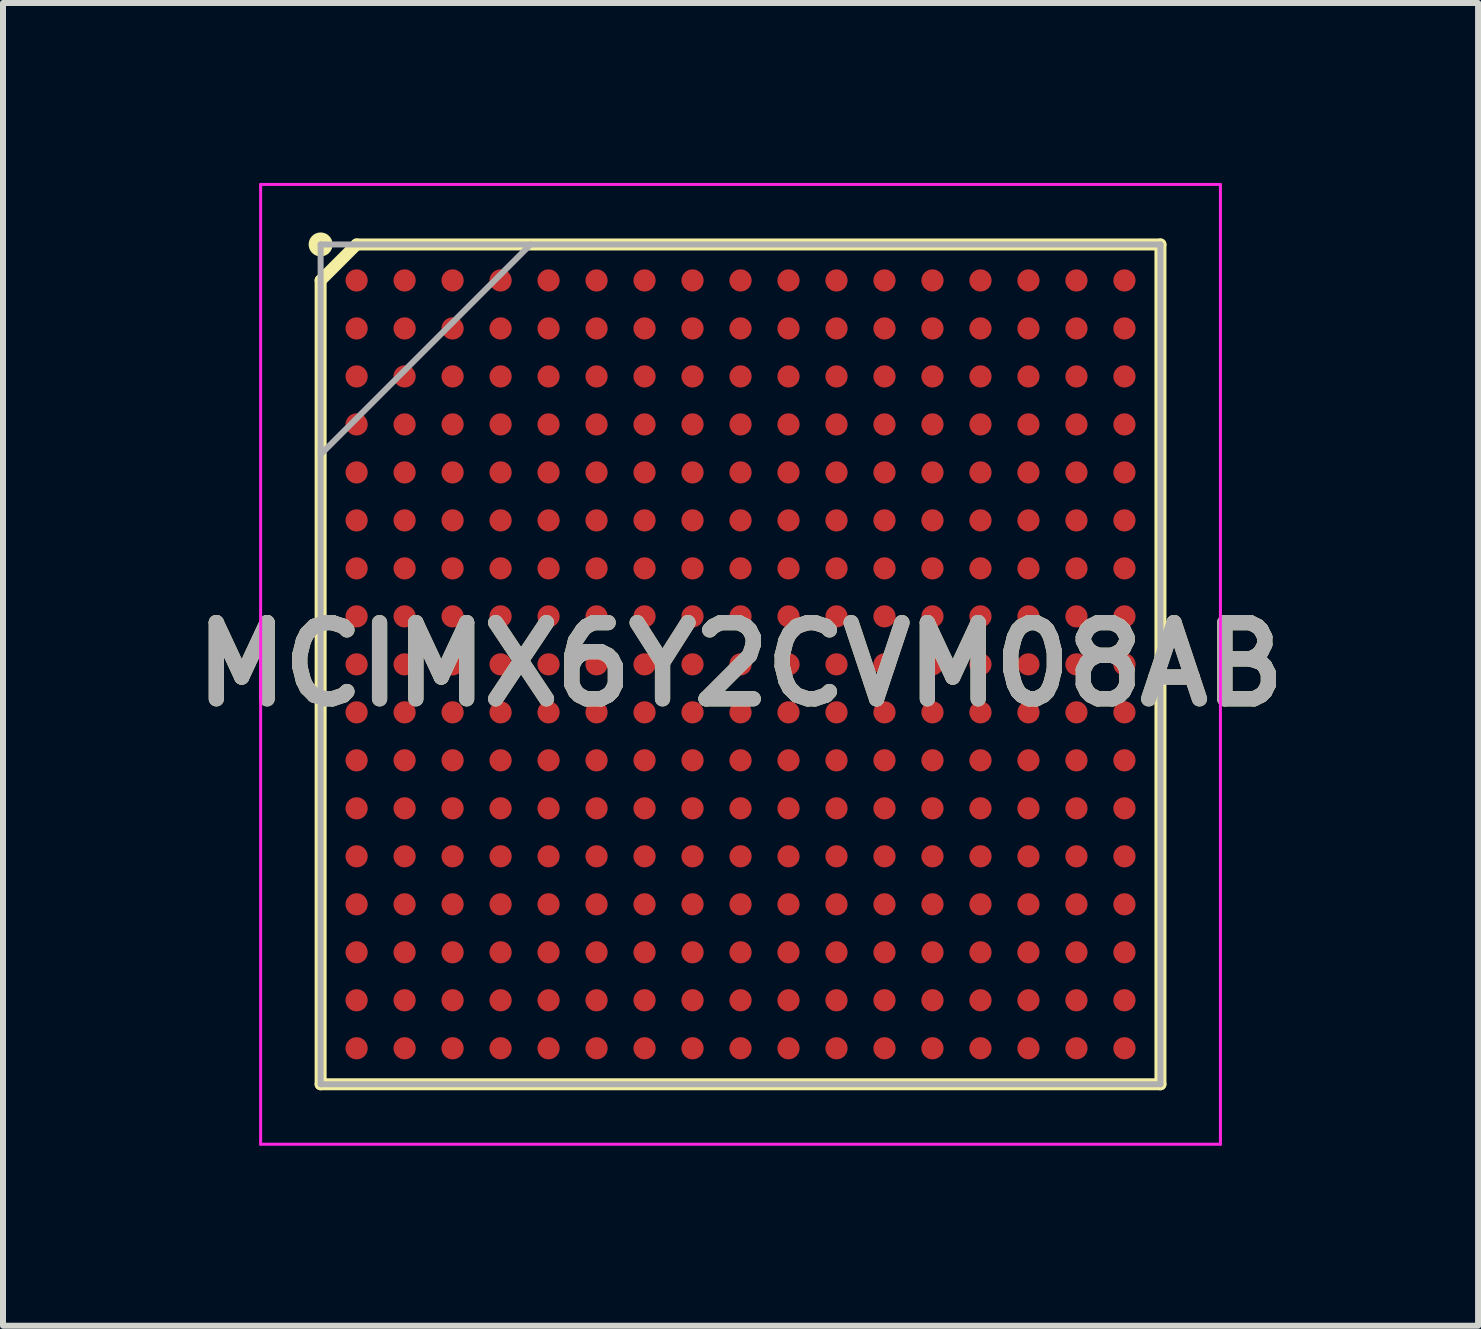
<source format=kicad_pcb>
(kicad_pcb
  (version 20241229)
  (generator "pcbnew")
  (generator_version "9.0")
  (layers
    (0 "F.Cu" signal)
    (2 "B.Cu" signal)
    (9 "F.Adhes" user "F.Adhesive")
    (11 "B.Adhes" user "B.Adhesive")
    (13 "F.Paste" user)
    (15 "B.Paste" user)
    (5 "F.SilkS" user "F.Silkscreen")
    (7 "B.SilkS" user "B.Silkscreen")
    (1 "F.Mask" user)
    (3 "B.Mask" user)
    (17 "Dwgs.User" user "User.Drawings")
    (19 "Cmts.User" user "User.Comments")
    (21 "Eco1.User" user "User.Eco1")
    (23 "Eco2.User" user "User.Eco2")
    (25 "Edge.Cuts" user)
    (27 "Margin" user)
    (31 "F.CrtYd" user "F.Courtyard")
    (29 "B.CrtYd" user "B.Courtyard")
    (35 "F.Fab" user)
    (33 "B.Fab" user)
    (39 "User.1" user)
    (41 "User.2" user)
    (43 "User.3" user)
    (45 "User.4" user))
  (footprint "MCIMX6Y2CVM08AB"
    (layer "F.Cu")
    (at 9.295 8.025)
    (property "Reference" "MCIMX6Y2CVM08AB" (at 0 0 0) (layer "F.SilkS") (effects (font (size 1.27 1.27) (thickness 0.254))))
    (attr smd)
    (fp_line (start -7 -6.4) (end -6.4 -7) (stroke (width 0.2) (type solid)) (layer "F.SilkS"))
    (fp_line (start -7 7) (end -7 -6.4) (stroke (width 0.2) (type solid)) (layer "F.SilkS"))
    (fp_line (start -6.4 -7) (end 7 -7) (stroke (width 0.2) (type solid)) (layer "F.SilkS"))
    (fp_line (start 7 -7) (end 7 7) (stroke (width 0.2) (type solid)) (layer "F.SilkS"))
    (fp_line (start 7 7) (end -7 7) (stroke (width 0.2) (type solid)) (layer "F.SilkS"))
    (fp_circle (center -7 -7) (end -7 -6.9) (stroke (width 0.2) (type solid)) (fill no) (layer "F.SilkS"))
    (fp_line (start -8 -8) (end 8 -8) (stroke (width 0.05) (type solid)) (layer "F.CrtYd"))
    (fp_line (start -8 8) (end -8 -8) (stroke (width 0.05) (type solid)) (layer "F.CrtYd"))
    (fp_line (start 8 -8) (end 8 8) (stroke (width 0.05) (type solid)) (layer "F.CrtYd"))
    (fp_line (start 8 8) (end -8 8) (stroke (width 0.05) (type solid)) (layer "F.CrtYd"))
    (fp_line (start -7 -7) (end 7 -7) (stroke (width 0.1) (type solid)) (layer "F.Fab"))
    (fp_line (start -7 -3.5) (end -3.5 -7) (stroke (width 0.1) (type solid)) (layer "F.Fab"))
    (fp_line (start -7 7) (end -7 -7) (stroke (width 0.1) (type solid)) (layer "F.Fab"))
    (fp_line (start 7 -7) (end 7 7) (stroke (width 0.1) (type solid)) (layer "F.Fab"))
    (fp_line (start 7 7) (end -7 7) (stroke (width 0.1) (type solid)) (layer "F.Fab"))
    (fp_text user "${REFERENCE}" (at 0 0 0) (layer "F.Fab") (effects (font (size 1.27 1.27) (thickness 0.254))))
    (pad "A1" smd circle (at -6.4 -6.4 90) (size 0.37 0.37) (layers "F.Cu" "F.Mask" "F.Paste"))
    (pad "A2" smd circle (at -5.6 -6.4 90) (size 0.37 0.37) (layers "F.Cu" "F.Mask" "F.Paste"))
    (pad "A3" smd circle (at -4.8 -6.4 90) (size 0.37 0.37) (layers "F.Cu" "F.Mask" "F.Paste"))
    (pad "A4" smd circle (at -4 -6.4 90) (size 0.37 0.37) (layers "F.Cu" "F.Mask" "F.Paste"))
    (pad "A5" smd circle (at -3.2 -6.4 90) (size 0.37 0.37) (layers "F.Cu" "F.Mask" "F.Paste"))
    (pad "A6" smd circle (at -2.4 -6.4 90) (size 0.37 0.37) (layers "F.Cu" "F.Mask" "F.Paste"))
    (pad "A7" smd circle (at -1.6 -6.4 90) (size 0.37 0.37) (layers "F.Cu" "F.Mask" "F.Paste"))
    (pad "A8" smd circle (at -0.8 -6.4 90) (size 0.37 0.37) (layers "F.Cu" "F.Mask" "F.Paste"))
    (pad "A9" smd circle (at 0 -6.4 90) (size 0.37 0.37) (layers "F.Cu" "F.Mask" "F.Paste"))
    (pad "A10" smd circle (at 0.8 -6.4 90) (size 0.37 0.37) (layers "F.Cu" "F.Mask" "F.Paste"))
    (pad "A11" smd circle (at 1.6 -6.4 90) (size 0.37 0.37) (layers "F.Cu" "F.Mask" "F.Paste"))
    (pad "A12" smd circle (at 2.4 -6.4 90) (size 0.37 0.37) (layers "F.Cu" "F.Mask" "F.Paste"))
    (pad "A13" smd circle (at 3.2 -6.4 90) (size 0.37 0.37) (layers "F.Cu" "F.Mask" "F.Paste"))
    (pad "A14" smd circle (at 4 -6.4 90) (size 0.37 0.37) (layers "F.Cu" "F.Mask" "F.Paste"))
    (pad "A15" smd circle (at 4.8 -6.4 90) (size 0.37 0.37) (layers "F.Cu" "F.Mask" "F.Paste"))
    (pad "A16" smd circle (at 5.6 -6.4 90) (size 0.37 0.37) (layers "F.Cu" "F.Mask" "F.Paste"))
    (pad "A17" smd circle (at 6.4 -6.4 90) (size 0.37 0.37) (layers "F.Cu" "F.Mask" "F.Paste"))
    (pad "B1" smd circle (at -6.4 -5.6 90) (size 0.37 0.37) (layers "F.Cu" "F.Mask" "F.Paste"))
    (pad "B2" smd circle (at -5.6 -5.6 90) (size 0.37 0.37) (layers "F.Cu" "F.Mask" "F.Paste"))
    (pad "B3" smd circle (at -4.8 -5.6 90) (size 0.37 0.37) (layers "F.Cu" "F.Mask" "F.Paste"))
    (pad "B4" smd circle (at -4 -5.6 90) (size 0.37 0.37) (layers "F.Cu" "F.Mask" "F.Paste"))
    (pad "B5" smd circle (at -3.2 -5.6 90) (size 0.37 0.37) (layers "F.Cu" "F.Mask" "F.Paste"))
    (pad "B6" smd circle (at -2.4 -5.6 90) (size 0.37 0.37) (layers "F.Cu" "F.Mask" "F.Paste"))
    (pad "B7" smd circle (at -1.6 -5.6 90) (size 0.37 0.37) (layers "F.Cu" "F.Mask" "F.Paste"))
    (pad "B8" smd circle (at -0.8 -5.6 90) (size 0.37 0.37) (layers "F.Cu" "F.Mask" "F.Paste"))
    (pad "B9" smd circle (at 0 -5.6 90) (size 0.37 0.37) (layers "F.Cu" "F.Mask" "F.Paste"))
    (pad "B10" smd circle (at 0.8 -5.6 90) (size 0.37 0.37) (layers "F.Cu" "F.Mask" "F.Paste"))
    (pad "B11" smd circle (at 1.6 -5.6 90) (size 0.37 0.37) (layers "F.Cu" "F.Mask" "F.Paste"))
    (pad "B12" smd circle (at 2.4 -5.6 90) (size 0.37 0.37) (layers "F.Cu" "F.Mask" "F.Paste"))
    (pad "B13" smd circle (at 3.2 -5.6 90) (size 0.37 0.37) (layers "F.Cu" "F.Mask" "F.Paste"))
    (pad "B14" smd circle (at 4 -5.6 90) (size 0.37 0.37) (layers "F.Cu" "F.Mask" "F.Paste"))
    (pad "B15" smd circle (at 4.8 -5.6 90) (size 0.37 0.37) (layers "F.Cu" "F.Mask" "F.Paste"))
    (pad "B16" smd circle (at 5.6 -5.6 90) (size 0.37 0.37) (layers "F.Cu" "F.Mask" "F.Paste"))
    (pad "B17" smd circle (at 6.4 -5.6 90) (size 0.37 0.37) (layers "F.Cu" "F.Mask" "F.Paste"))
    (pad "C1" smd circle (at -6.4 -4.8 90) (size 0.37 0.37) (layers "F.Cu" "F.Mask" "F.Paste"))
    (pad "C2" smd circle (at -5.6 -4.8 90) (size 0.37 0.37) (layers "F.Cu" "F.Mask" "F.Paste"))
    (pad "C3" smd circle (at -4.8 -4.8 90) (size 0.37 0.37) (layers "F.Cu" "F.Mask" "F.Paste"))
    (pad "C4" smd circle (at -4 -4.8 90) (size 0.37 0.37) (layers "F.Cu" "F.Mask" "F.Paste"))
    (pad "C5" smd circle (at -3.2 -4.8 90) (size 0.37 0.37) (layers "F.Cu" "F.Mask" "F.Paste"))
    (pad "C6" smd circle (at -2.4 -4.8 90) (size 0.37 0.37) (layers "F.Cu" "F.Mask" "F.Paste"))
    (pad "C7" smd circle (at -1.6 -4.8 90) (size 0.37 0.37) (layers "F.Cu" "F.Mask" "F.Paste"))
    (pad "C8" smd circle (at -0.8 -4.8 90) (size 0.37 0.37) (layers "F.Cu" "F.Mask" "F.Paste"))
    (pad "C9" smd circle (at 0 -4.8 90) (size 0.37 0.37) (layers "F.Cu" "F.Mask" "F.Paste"))
    (pad "C10" smd circle (at 0.8 -4.8 90) (size 0.37 0.37) (layers "F.Cu" "F.Mask" "F.Paste"))
    (pad "C11" smd circle (at 1.6 -4.8 90) (size 0.37 0.37) (layers "F.Cu" "F.Mask" "F.Paste"))
    (pad "C12" smd circle (at 2.4 -4.8 90) (size 0.37 0.37) (layers "F.Cu" "F.Mask" "F.Paste"))
    (pad "C13" smd circle (at 3.2 -4.8 90) (size 0.37 0.37) (layers "F.Cu" "F.Mask" "F.Paste"))
    (pad "C14" smd circle (at 4 -4.8 90) (size 0.37 0.37) (layers "F.Cu" "F.Mask" "F.Paste"))
    (pad "C15" smd circle (at 4.8 -4.8 90) (size 0.37 0.37) (layers "F.Cu" "F.Mask" "F.Paste"))
    (pad "C16" smd circle (at 5.6 -4.8 90) (size 0.37 0.37) (layers "F.Cu" "F.Mask" "F.Paste"))
    (pad "C17" smd circle (at 6.4 -4.8 90) (size 0.37 0.37) (layers "F.Cu" "F.Mask" "F.Paste"))
    (pad "D1" smd circle (at -6.4 -4 90) (size 0.37 0.37) (layers "F.Cu" "F.Mask" "F.Paste"))
    (pad "D2" smd circle (at -5.6 -4 90) (size 0.37 0.37) (layers "F.Cu" "F.Mask" "F.Paste"))
    (pad "D3" smd circle (at -4.8 -4 90) (size 0.37 0.37) (layers "F.Cu" "F.Mask" "F.Paste"))
    (pad "D4" smd circle (at -4 -4 90) (size 0.37 0.37) (layers "F.Cu" "F.Mask" "F.Paste"))
    (pad "D5" smd circle (at -3.2 -4 90) (size 0.37 0.37) (layers "F.Cu" "F.Mask" "F.Paste"))
    (pad "D6" smd circle (at -2.4 -4 90) (size 0.37 0.37) (layers "F.Cu" "F.Mask" "F.Paste"))
    (pad "D7" smd circle (at -1.6 -4 90) (size 0.37 0.37) (layers "F.Cu" "F.Mask" "F.Paste"))
    (pad "D8" smd circle (at -0.8 -4 90) (size 0.37 0.37) (layers "F.Cu" "F.Mask" "F.Paste"))
    (pad "D9" smd circle (at 0 -4 90) (size 0.37 0.37) (layers "F.Cu" "F.Mask" "F.Paste"))
    (pad "D10" smd circle (at 0.8 -4 90) (size 0.37 0.37) (layers "F.Cu" "F.Mask" "F.Paste"))
    (pad "D11" smd circle (at 1.6 -4 90) (size 0.37 0.37) (layers "F.Cu" "F.Mask" "F.Paste"))
    (pad "D12" smd circle (at 2.4 -4 90) (size 0.37 0.37) (layers "F.Cu" "F.Mask" "F.Paste"))
    (pad "D13" smd circle (at 3.2 -4 90) (size 0.37 0.37) (layers "F.Cu" "F.Mask" "F.Paste"))
    (pad "D14" smd circle (at 4 -4 90) (size 0.37 0.37) (layers "F.Cu" "F.Mask" "F.Paste"))
    (pad "D15" smd circle (at 4.8 -4 90) (size 0.37 0.37) (layers "F.Cu" "F.Mask" "F.Paste"))
    (pad "D16" smd circle (at 5.6 -4 90) (size 0.37 0.37) (layers "F.Cu" "F.Mask" "F.Paste"))
    (pad "D17" smd circle (at 6.4 -4 90) (size 0.37 0.37) (layers "F.Cu" "F.Mask" "F.Paste"))
    (pad "E1" smd circle (at -6.4 -3.2 90) (size 0.37 0.37) (layers "F.Cu" "F.Mask" "F.Paste"))
    (pad "E2" smd circle (at -5.6 -3.2 90) (size 0.37 0.37) (layers "F.Cu" "F.Mask" "F.Paste"))
    (pad "E3" smd circle (at -4.8 -3.2 90) (size 0.37 0.37) (layers "F.Cu" "F.Mask" "F.Paste"))
    (pad "E4" smd circle (at -4 -3.2 90) (size 0.37 0.37) (layers "F.Cu" "F.Mask" "F.Paste"))
    (pad "E5" smd circle (at -3.2 -3.2 90) (size 0.37 0.37) (layers "F.Cu" "F.Mask" "F.Paste"))
    (pad "E6" smd circle (at -2.4 -3.2 90) (size 0.37 0.37) (layers "F.Cu" "F.Mask" "F.Paste"))
    (pad "E7" smd circle (at -1.6 -3.2 90) (size 0.37 0.37) (layers "F.Cu" "F.Mask" "F.Paste"))
    (pad "E8" smd circle (at -0.8 -3.2 90) (size 0.37 0.37) (layers "F.Cu" "F.Mask" "F.Paste"))
    (pad "E9" smd circle (at 0 -3.2 90) (size 0.37 0.37) (layers "F.Cu" "F.Mask" "F.Paste"))
    (pad "E10" smd circle (at 0.8 -3.2 90) (size 0.37 0.37) (layers "F.Cu" "F.Mask" "F.Paste"))
    (pad "E11" smd circle (at 1.6 -3.2 90) (size 0.37 0.37) (layers "F.Cu" "F.Mask" "F.Paste"))
    (pad "E12" smd circle (at 2.4 -3.2 90) (size 0.37 0.37) (layers "F.Cu" "F.Mask" "F.Paste"))
    (pad "E13" smd circle (at 3.2 -3.2 90) (size 0.37 0.37) (layers "F.Cu" "F.Mask" "F.Paste"))
    (pad "E14" smd circle (at 4 -3.2 90) (size 0.37 0.37) (layers "F.Cu" "F.Mask" "F.Paste"))
    (pad "E15" smd circle (at 4.8 -3.2 90) (size 0.37 0.37) (layers "F.Cu" "F.Mask" "F.Paste"))
    (pad "E16" smd circle (at 5.6 -3.2 90) (size 0.37 0.37) (layers "F.Cu" "F.Mask" "F.Paste"))
    (pad "E17" smd circle (at 6.4 -3.2 90) (size 0.37 0.37) (layers "F.Cu" "F.Mask" "F.Paste"))
    (pad "F1" smd circle (at -6.4 -2.4 90) (size 0.37 0.37) (layers "F.Cu" "F.Mask" "F.Paste"))
    (pad "F2" smd circle (at -5.6 -2.4 90) (size 0.37 0.37) (layers "F.Cu" "F.Mask" "F.Paste"))
    (pad "F3" smd circle (at -4.8 -2.4 90) (size 0.37 0.37) (layers "F.Cu" "F.Mask" "F.Paste"))
    (pad "F4" smd circle (at -4 -2.4 90) (size 0.37 0.37) (layers "F.Cu" "F.Mask" "F.Paste"))
    (pad "F5" smd circle (at -3.2 -2.4 90) (size 0.37 0.37) (layers "F.Cu" "F.Mask" "F.Paste"))
    (pad "F6" smd circle (at -2.4 -2.4 90) (size 0.37 0.37) (layers "F.Cu" "F.Mask" "F.Paste"))
    (pad "F7" smd circle (at -1.6 -2.4 90) (size 0.37 0.37) (layers "F.Cu" "F.Mask" "F.Paste"))
    (pad "F8" smd circle (at -0.8 -2.4 90) (size 0.37 0.37) (layers "F.Cu" "F.Mask" "F.Paste"))
    (pad "F9" smd circle (at 0 -2.4 90) (size 0.37 0.37) (layers "F.Cu" "F.Mask" "F.Paste"))
    (pad "F10" smd circle (at 0.8 -2.4 90) (size 0.37 0.37) (layers "F.Cu" "F.Mask" "F.Paste"))
    (pad "F11" smd circle (at 1.6 -2.4 90) (size 0.37 0.37) (layers "F.Cu" "F.Mask" "F.Paste"))
    (pad "F12" smd circle (at 2.4 -2.4 90) (size 0.37 0.37) (layers "F.Cu" "F.Mask" "F.Paste"))
    (pad "F13" smd circle (at 3.2 -2.4 90) (size 0.37 0.37) (layers "F.Cu" "F.Mask" "F.Paste"))
    (pad "F14" smd circle (at 4 -2.4 90) (size 0.37 0.37) (layers "F.Cu" "F.Mask" "F.Paste"))
    (pad "F15" smd circle (at 4.8 -2.4 90) (size 0.37 0.37) (layers "F.Cu" "F.Mask" "F.Paste"))
    (pad "F16" smd circle (at 5.6 -2.4 90) (size 0.37 0.37) (layers "F.Cu" "F.Mask" "F.Paste"))
    (pad "F17" smd circle (at 6.4 -2.4 90) (size 0.37 0.37) (layers "F.Cu" "F.Mask" "F.Paste"))
    (pad "G1" smd circle (at -6.4 -1.6 90) (size 0.37 0.37) (layers "F.Cu" "F.Mask" "F.Paste"))
    (pad "G2" smd circle (at -5.6 -1.6 90) (size 0.37 0.37) (layers "F.Cu" "F.Mask" "F.Paste"))
    (pad "G3" smd circle (at -4.8 -1.6 90) (size 0.37 0.37) (layers "F.Cu" "F.Mask" "F.Paste"))
    (pad "G4" smd circle (at -4 -1.6 90) (size 0.37 0.37) (layers "F.Cu" "F.Mask" "F.Paste"))
    (pad "G5" smd circle (at -3.2 -1.6 90) (size 0.37 0.37) (layers "F.Cu" "F.Mask" "F.Paste"))
    (pad "G6" smd circle (at -2.4 -1.6 90) (size 0.37 0.37) (layers "F.Cu" "F.Mask" "F.Paste"))
    (pad "G7" smd circle (at -1.6 -1.6 90) (size 0.37 0.37) (layers "F.Cu" "F.Mask" "F.Paste"))
    (pad "G8" smd circle (at -0.8 -1.6 90) (size 0.37 0.37) (layers "F.Cu" "F.Mask" "F.Paste"))
    (pad "G9" smd circle (at 0 -1.6 90) (size 0.37 0.37) (layers "F.Cu" "F.Mask" "F.Paste"))
    (pad "G10" smd circle (at 0.8 -1.6 90) (size 0.37 0.37) (layers "F.Cu" "F.Mask" "F.Paste"))
    (pad "G11" smd circle (at 1.6 -1.6 90) (size 0.37 0.37) (layers "F.Cu" "F.Mask" "F.Paste"))
    (pad "G12" smd circle (at 2.4 -1.6 90) (size 0.37 0.37) (layers "F.Cu" "F.Mask" "F.Paste"))
    (pad "G13" smd circle (at 3.2 -1.6 90) (size 0.37 0.37) (layers "F.Cu" "F.Mask" "F.Paste"))
    (pad "G14" smd circle (at 4 -1.6 90) (size 0.37 0.37) (layers "F.Cu" "F.Mask" "F.Paste"))
    (pad "G15" smd circle (at 4.8 -1.6 90) (size 0.37 0.37) (layers "F.Cu" "F.Mask" "F.Paste"))
    (pad "G16" smd circle (at 5.6 -1.6 90) (size 0.37 0.37) (layers "F.Cu" "F.Mask" "F.Paste"))
    (pad "G17" smd circle (at 6.4 -1.6 90) (size 0.37 0.37) (layers "F.Cu" "F.Mask" "F.Paste"))
    (pad "H1" smd circle (at -6.4 -0.8 90) (size 0.37 0.37) (layers "F.Cu" "F.Mask" "F.Paste"))
    (pad "H2" smd circle (at -5.6 -0.8 90) (size 0.37 0.37) (layers "F.Cu" "F.Mask" "F.Paste"))
    (pad "H3" smd circle (at -4.8 -0.8 90) (size 0.37 0.37) (layers "F.Cu" "F.Mask" "F.Paste"))
    (pad "H4" smd circle (at -4 -0.8 90) (size 0.37 0.37) (layers "F.Cu" "F.Mask" "F.Paste"))
    (pad "H5" smd circle (at -3.2 -0.8 90) (size 0.37 0.37) (layers "F.Cu" "F.Mask" "F.Paste"))
    (pad "H6" smd circle (at -2.4 -0.8 90) (size 0.37 0.37) (layers "F.Cu" "F.Mask" "F.Paste"))
    (pad "H7" smd circle (at -1.6 -0.8 90) (size 0.37 0.37) (layers "F.Cu" "F.Mask" "F.Paste"))
    (pad "H8" smd circle (at -0.8 -0.8 90) (size 0.37 0.37) (layers "F.Cu" "F.Mask" "F.Paste"))
    (pad "H9" smd circle (at 0 -0.8 90) (size 0.37 0.37) (layers "F.Cu" "F.Mask" "F.Paste"))
    (pad "H10" smd circle (at 0.8 -0.8 90) (size 0.37 0.37) (layers "F.Cu" "F.Mask" "F.Paste"))
    (pad "H11" smd circle (at 1.6 -0.8 90) (size 0.37 0.37) (layers "F.Cu" "F.Mask" "F.Paste"))
    (pad "H12" smd circle (at 2.4 -0.8 90) (size 0.37 0.37) (layers "F.Cu" "F.Mask" "F.Paste"))
    (pad "H13" smd circle (at 3.2 -0.8 90) (size 0.37 0.37) (layers "F.Cu" "F.Mask" "F.Paste"))
    (pad "H14" smd circle (at 4 -0.8 90) (size 0.37 0.37) (layers "F.Cu" "F.Mask" "F.Paste"))
    (pad "H15" smd circle (at 4.8 -0.8 90) (size 0.37 0.37) (layers "F.Cu" "F.Mask" "F.Paste"))
    (pad "H16" smd circle (at 5.6 -0.8 90) (size 0.37 0.37) (layers "F.Cu" "F.Mask" "F.Paste"))
    (pad "H17" smd circle (at 6.4 -0.8 90) (size 0.37 0.37) (layers "F.Cu" "F.Mask" "F.Paste"))
    (pad "J1" smd circle (at -6.4 0 90) (size 0.37 0.37) (layers "F.Cu" "F.Mask" "F.Paste"))
    (pad "J2" smd circle (at -5.6 0 90) (size 0.37 0.37) (layers "F.Cu" "F.Mask" "F.Paste"))
    (pad "J3" smd circle (at -4.8 0 90) (size 0.37 0.37) (layers "F.Cu" "F.Mask" "F.Paste"))
    (pad "J4" smd circle (at -4 0 90) (size 0.37 0.37) (layers "F.Cu" "F.Mask" "F.Paste"))
    (pad "J5" smd circle (at -3.2 0 90) (size 0.37 0.37) (layers "F.Cu" "F.Mask" "F.Paste"))
    (pad "J6" smd circle (at -2.4 0 90) (size 0.37 0.37) (layers "F.Cu" "F.Mask" "F.Paste"))
    (pad "J7" smd circle (at -1.6 0 90) (size 0.37 0.37) (layers "F.Cu" "F.Mask" "F.Paste"))
    (pad "J8" smd circle (at -0.8 0 90) (size 0.37 0.37) (layers "F.Cu" "F.Mask" "F.Paste"))
    (pad "J9" smd circle (at 0 0 90) (size 0.37 0.37) (layers "F.Cu" "F.Mask" "F.Paste"))
    (pad "J10" smd circle (at 0.8 0 90) (size 0.37 0.37) (layers "F.Cu" "F.Mask" "F.Paste"))
    (pad "J11" smd circle (at 1.6 0 90) (size 0.37 0.37) (layers "F.Cu" "F.Mask" "F.Paste"))
    (pad "J12" smd circle (at 2.4 0 90) (size 0.37 0.37) (layers "F.Cu" "F.Mask" "F.Paste"))
    (pad "J13" smd circle (at 3.2 0 90) (size 0.37 0.37) (layers "F.Cu" "F.Mask" "F.Paste"))
    (pad "J14" smd circle (at 4 0 90) (size 0.37 0.37) (layers "F.Cu" "F.Mask" "F.Paste"))
    (pad "J15" smd circle (at 4.8 0 90) (size 0.37 0.37) (layers "F.Cu" "F.Mask" "F.Paste"))
    (pad "J16" smd circle (at 5.6 0 90) (size 0.37 0.37) (layers "F.Cu" "F.Mask" "F.Paste"))
    (pad "J17" smd circle (at 6.4 0 90) (size 0.37 0.37) (layers "F.Cu" "F.Mask" "F.Paste"))
    (pad "K1" smd circle (at -6.4 0.8 90) (size 0.37 0.37) (layers "F.Cu" "F.Mask" "F.Paste"))
    (pad "K2" smd circle (at -5.6 0.8 90) (size 0.37 0.37) (layers "F.Cu" "F.Mask" "F.Paste"))
    (pad "K3" smd circle (at -4.8 0.8 90) (size 0.37 0.37) (layers "F.Cu" "F.Mask" "F.Paste"))
    (pad "K4" smd circle (at -4 0.8 90) (size 0.37 0.37) (layers "F.Cu" "F.Mask" "F.Paste"))
    (pad "K5" smd circle (at -3.2 0.8 90) (size 0.37 0.37) (layers "F.Cu" "F.Mask" "F.Paste"))
    (pad "K6" smd circle (at -2.4 0.8 90) (size 0.37 0.37) (layers "F.Cu" "F.Mask" "F.Paste"))
    (pad "K7" smd circle (at -1.6 0.8 90) (size 0.37 0.37) (layers "F.Cu" "F.Mask" "F.Paste"))
    (pad "K8" smd circle (at -0.8 0.8 90) (size 0.37 0.37) (layers "F.Cu" "F.Mask" "F.Paste"))
    (pad "K9" smd circle (at 0 0.8 90) (size 0.37 0.37) (layers "F.Cu" "F.Mask" "F.Paste"))
    (pad "K10" smd circle (at 0.8 0.8 90) (size 0.37 0.37) (layers "F.Cu" "F.Mask" "F.Paste"))
    (pad "K11" smd circle (at 1.6 0.8 90) (size 0.37 0.37) (layers "F.Cu" "F.Mask" "F.Paste"))
    (pad "K12" smd circle (at 2.4 0.8 90) (size 0.37 0.37) (layers "F.Cu" "F.Mask" "F.Paste"))
    (pad "K13" smd circle (at 3.2 0.8 90) (size 0.37 0.37) (layers "F.Cu" "F.Mask" "F.Paste"))
    (pad "K14" smd circle (at 4 0.8 90) (size 0.37 0.37) (layers "F.Cu" "F.Mask" "F.Paste"))
    (pad "K15" smd circle (at 4.8 0.8 90) (size 0.37 0.37) (layers "F.Cu" "F.Mask" "F.Paste"))
    (pad "K16" smd circle (at 5.6 0.8 90) (size 0.37 0.37) (layers "F.Cu" "F.Mask" "F.Paste"))
    (pad "K17" smd circle (at 6.4 0.8 90) (size 0.37 0.37) (layers "F.Cu" "F.Mask" "F.Paste"))
    (pad "L1" smd circle (at -6.4 1.6 90) (size 0.37 0.37) (layers "F.Cu" "F.Mask" "F.Paste"))
    (pad "L2" smd circle (at -5.6 1.6 90) (size 0.37 0.37) (layers "F.Cu" "F.Mask" "F.Paste"))
    (pad "L3" smd circle (at -4.8 1.6 90) (size 0.37 0.37) (layers "F.Cu" "F.Mask" "F.Paste"))
    (pad "L4" smd circle (at -4 1.6 90) (size 0.37 0.37) (layers "F.Cu" "F.Mask" "F.Paste"))
    (pad "L5" smd circle (at -3.2 1.6 90) (size 0.37 0.37) (layers "F.Cu" "F.Mask" "F.Paste"))
    (pad "L6" smd circle (at -2.4 1.6 90) (size 0.37 0.37) (layers "F.Cu" "F.Mask" "F.Paste"))
    (pad "L7" smd circle (at -1.6 1.6 90) (size 0.37 0.37) (layers "F.Cu" "F.Mask" "F.Paste"))
    (pad "L8" smd circle (at -0.8 1.6 90) (size 0.37 0.37) (layers "F.Cu" "F.Mask" "F.Paste"))
    (pad "L9" smd circle (at 0 1.6 90) (size 0.37 0.37) (layers "F.Cu" "F.Mask" "F.Paste"))
    (pad "L10" smd circle (at 0.8 1.6 90) (size 0.37 0.37) (layers "F.Cu" "F.Mask" "F.Paste"))
    (pad "L11" smd circle (at 1.6 1.6 90) (size 0.37 0.37) (layers "F.Cu" "F.Mask" "F.Paste"))
    (pad "L12" smd circle (at 2.4 1.6 90) (size 0.37 0.37) (layers "F.Cu" "F.Mask" "F.Paste"))
    (pad "L13" smd circle (at 3.2 1.6 90) (size 0.37 0.37) (layers "F.Cu" "F.Mask" "F.Paste"))
    (pad "L14" smd circle (at 4 1.6 90) (size 0.37 0.37) (layers "F.Cu" "F.Mask" "F.Paste"))
    (pad "L15" smd circle (at 4.8 1.6 90) (size 0.37 0.37) (layers "F.Cu" "F.Mask" "F.Paste"))
    (pad "L16" smd circle (at 5.6 1.6 90) (size 0.37 0.37) (layers "F.Cu" "F.Mask" "F.Paste"))
    (pad "L17" smd circle (at 6.4 1.6 90) (size 0.37 0.37) (layers "F.Cu" "F.Mask" "F.Paste"))
    (pad "M1" smd circle (at -6.4 2.4 90) (size 0.37 0.37) (layers "F.Cu" "F.Mask" "F.Paste"))
    (pad "M2" smd circle (at -5.6 2.4 90) (size 0.37 0.37) (layers "F.Cu" "F.Mask" "F.Paste"))
    (pad "M3" smd circle (at -4.8 2.4 90) (size 0.37 0.37) (layers "F.Cu" "F.Mask" "F.Paste"))
    (pad "M4" smd circle (at -4 2.4 90) (size 0.37 0.37) (layers "F.Cu" "F.Mask" "F.Paste"))
    (pad "M5" smd circle (at -3.2 2.4 90) (size 0.37 0.37) (layers "F.Cu" "F.Mask" "F.Paste"))
    (pad "M6" smd circle (at -2.4 2.4 90) (size 0.37 0.37) (layers "F.Cu" "F.Mask" "F.Paste"))
    (pad "M7" smd circle (at -1.6 2.4 90) (size 0.37 0.37) (layers "F.Cu" "F.Mask" "F.Paste"))
    (pad "M8" smd circle (at -0.8 2.4 90) (size 0.37 0.37) (layers "F.Cu" "F.Mask" "F.Paste"))
    (pad "M9" smd circle (at 0 2.4 90) (size 0.37 0.37) (layers "F.Cu" "F.Mask" "F.Paste"))
    (pad "M10" smd circle (at 0.8 2.4 90) (size 0.37 0.37) (layers "F.Cu" "F.Mask" "F.Paste"))
    (pad "M11" smd circle (at 1.6 2.4 90) (size 0.37 0.37) (layers "F.Cu" "F.Mask" "F.Paste"))
    (pad "M12" smd circle (at 2.4 2.4 90) (size 0.37 0.37) (layers "F.Cu" "F.Mask" "F.Paste"))
    (pad "M13" smd circle (at 3.2 2.4 90) (size 0.37 0.37) (layers "F.Cu" "F.Mask" "F.Paste"))
    (pad "M14" smd circle (at 4 2.4 90) (size 0.37 0.37) (layers "F.Cu" "F.Mask" "F.Paste"))
    (pad "M15" smd circle (at 4.8 2.4 90) (size 0.37 0.37) (layers "F.Cu" "F.Mask" "F.Paste"))
    (pad "M16" smd circle (at 5.6 2.4 90) (size 0.37 0.37) (layers "F.Cu" "F.Mask" "F.Paste"))
    (pad "M17" smd circle (at 6.4 2.4 90) (size 0.37 0.37) (layers "F.Cu" "F.Mask" "F.Paste"))
    (pad "N1" smd circle (at -6.4 3.2 90) (size 0.37 0.37) (layers "F.Cu" "F.Mask" "F.Paste"))
    (pad "N2" smd circle (at -5.6 3.2 90) (size 0.37 0.37) (layers "F.Cu" "F.Mask" "F.Paste"))
    (pad "N3" smd circle (at -4.8 3.2 90) (size 0.37 0.37) (layers "F.Cu" "F.Mask" "F.Paste"))
    (pad "N4" smd circle (at -4 3.2 90) (size 0.37 0.37) (layers "F.Cu" "F.Mask" "F.Paste"))
    (pad "N5" smd circle (at -3.2 3.2 90) (size 0.37 0.37) (layers "F.Cu" "F.Mask" "F.Paste"))
    (pad "N6" smd circle (at -2.4 3.2 90) (size 0.37 0.37) (layers "F.Cu" "F.Mask" "F.Paste"))
    (pad "N7" smd circle (at -1.6 3.2 90) (size 0.37 0.37) (layers "F.Cu" "F.Mask" "F.Paste"))
    (pad "N8" smd circle (at -0.8 3.2 90) (size 0.37 0.37) (layers "F.Cu" "F.Mask" "F.Paste"))
    (pad "N9" smd circle (at 0 3.2 90) (size 0.37 0.37) (layers "F.Cu" "F.Mask" "F.Paste"))
    (pad "N10" smd circle (at 0.8 3.2 90) (size 0.37 0.37) (layers "F.Cu" "F.Mask" "F.Paste"))
    (pad "N11" smd circle (at 1.6 3.2 90) (size 0.37 0.37) (layers "F.Cu" "F.Mask" "F.Paste"))
    (pad "N12" smd circle (at 2.4 3.2 90) (size 0.37 0.37) (layers "F.Cu" "F.Mask" "F.Paste"))
    (pad "N13" smd circle (at 3.2 3.2 90) (size 0.37 0.37) (layers "F.Cu" "F.Mask" "F.Paste"))
    (pad "N14" smd circle (at 4 3.2 90) (size 0.37 0.37) (layers "F.Cu" "F.Mask" "F.Paste"))
    (pad "N15" smd circle (at 4.8 3.2 90) (size 0.37 0.37) (layers "F.Cu" "F.Mask" "F.Paste"))
    (pad "N16" smd circle (at 5.6 3.2 90) (size 0.37 0.37) (layers "F.Cu" "F.Mask" "F.Paste"))
    (pad "N17" smd circle (at 6.4 3.2 90) (size 0.37 0.37) (layers "F.Cu" "F.Mask" "F.Paste"))
    (pad "P1" smd circle (at -6.4 4 90) (size 0.37 0.37) (layers "F.Cu" "F.Mask" "F.Paste"))
    (pad "P2" smd circle (at -5.6 4 90) (size 0.37 0.37) (layers "F.Cu" "F.Mask" "F.Paste"))
    (pad "P3" smd circle (at -4.8 4 90) (size 0.37 0.37) (layers "F.Cu" "F.Mask" "F.Paste"))
    (pad "P4" smd circle (at -4 4 90) (size 0.37 0.37) (layers "F.Cu" "F.Mask" "F.Paste"))
    (pad "P5" smd circle (at -3.2 4 90) (size 0.37 0.37) (layers "F.Cu" "F.Mask" "F.Paste"))
    (pad "P6" smd circle (at -2.4 4 90) (size 0.37 0.37) (layers "F.Cu" "F.Mask" "F.Paste"))
    (pad "P7" smd circle (at -1.6 4 90) (size 0.37 0.37) (layers "F.Cu" "F.Mask" "F.Paste"))
    (pad "P8" smd circle (at -0.8 4 90) (size 0.37 0.37) (layers "F.Cu" "F.Mask" "F.Paste"))
    (pad "P9" smd circle (at 0 4 90) (size 0.37 0.37) (layers "F.Cu" "F.Mask" "F.Paste"))
    (pad "P10" smd circle (at 0.8 4 90) (size 0.37 0.37) (layers "F.Cu" "F.Mask" "F.Paste"))
    (pad "P11" smd circle (at 1.6 4 90) (size 0.37 0.37) (layers "F.Cu" "F.Mask" "F.Paste"))
    (pad "P12" smd circle (at 2.4 4 90) (size 0.37 0.37) (layers "F.Cu" "F.Mask" "F.Paste"))
    (pad "P13" smd circle (at 3.2 4 90) (size 0.37 0.37) (layers "F.Cu" "F.Mask" "F.Paste"))
    (pad "P14" smd circle (at 4 4 90) (size 0.37 0.37) (layers "F.Cu" "F.Mask" "F.Paste"))
    (pad "P15" smd circle (at 4.8 4 90) (size 0.37 0.37) (layers "F.Cu" "F.Mask" "F.Paste"))
    (pad "P16" smd circle (at 5.6 4 90) (size 0.37 0.37) (layers "F.Cu" "F.Mask" "F.Paste"))
    (pad "P17" smd circle (at 6.4 4 90) (size 0.37 0.37) (layers "F.Cu" "F.Mask" "F.Paste"))
    (pad "R1" smd circle (at -6.4 4.8 90) (size 0.37 0.37) (layers "F.Cu" "F.Mask" "F.Paste"))
    (pad "R2" smd circle (at -5.6 4.8 90) (size 0.37 0.37) (layers "F.Cu" "F.Mask" "F.Paste"))
    (pad "R3" smd circle (at -4.8 4.8 90) (size 0.37 0.37) (layers "F.Cu" "F.Mask" "F.Paste"))
    (pad "R4" smd circle (at -4 4.8 90) (size 0.37 0.37) (layers "F.Cu" "F.Mask" "F.Paste"))
    (pad "R5" smd circle (at -3.2 4.8 90) (size 0.37 0.37) (layers "F.Cu" "F.Mask" "F.Paste"))
    (pad "R6" smd circle (at -2.4 4.8 90) (size 0.37 0.37) (layers "F.Cu" "F.Mask" "F.Paste"))
    (pad "R7" smd circle (at -1.6 4.8 90) (size 0.37 0.37) (layers "F.Cu" "F.Mask" "F.Paste"))
    (pad "R8" smd circle (at -0.8 4.8 90) (size 0.37 0.37) (layers "F.Cu" "F.Mask" "F.Paste"))
    (pad "R9" smd circle (at 0 4.8 90) (size 0.37 0.37) (layers "F.Cu" "F.Mask" "F.Paste"))
    (pad "R10" smd circle (at 0.8 4.8 90) (size 0.37 0.37) (layers "F.Cu" "F.Mask" "F.Paste"))
    (pad "R11" smd circle (at 1.6 4.8 90) (size 0.37 0.37) (layers "F.Cu" "F.Mask" "F.Paste"))
    (pad "R12" smd circle (at 2.4 4.8 90) (size 0.37 0.37) (layers "F.Cu" "F.Mask" "F.Paste"))
    (pad "R13" smd circle (at 3.2 4.8 90) (size 0.37 0.37) (layers "F.Cu" "F.Mask" "F.Paste"))
    (pad "R14" smd circle (at 4 4.8 90) (size 0.37 0.37) (layers "F.Cu" "F.Mask" "F.Paste"))
    (pad "R15" smd circle (at 4.8 4.8 90) (size 0.37 0.37) (layers "F.Cu" "F.Mask" "F.Paste"))
    (pad "R16" smd circle (at 5.6 4.8 90) (size 0.37 0.37) (layers "F.Cu" "F.Mask" "F.Paste"))
    (pad "R17" smd circle (at 6.4 4.8 90) (size 0.37 0.37) (layers "F.Cu" "F.Mask" "F.Paste"))
    (pad "T1" smd circle (at -6.4 5.6 90) (size 0.37 0.37) (layers "F.Cu" "F.Mask" "F.Paste"))
    (pad "T2" smd circle (at -5.6 5.6 90) (size 0.37 0.37) (layers "F.Cu" "F.Mask" "F.Paste"))
    (pad "T3" smd circle (at -4.8 5.6 90) (size 0.37 0.37) (layers "F.Cu" "F.Mask" "F.Paste"))
    (pad "T4" smd circle (at -4 5.6 90) (size 0.37 0.37) (layers "F.Cu" "F.Mask" "F.Paste"))
    (pad "T5" smd circle (at -3.2 5.6 90) (size 0.37 0.37) (layers "F.Cu" "F.Mask" "F.Paste"))
    (pad "T6" smd circle (at -2.4 5.6 90) (size 0.37 0.37) (layers "F.Cu" "F.Mask" "F.Paste"))
    (pad "T7" smd circle (at -1.6 5.6 90) (size 0.37 0.37) (layers "F.Cu" "F.Mask" "F.Paste"))
    (pad "T8" smd circle (at -0.8 5.6 90) (size 0.37 0.37) (layers "F.Cu" "F.Mask" "F.Paste"))
    (pad "T9" smd circle (at 0 5.6 90) (size 0.37 0.37) (layers "F.Cu" "F.Mask" "F.Paste"))
    (pad "T10" smd circle (at 0.8 5.6 90) (size 0.37 0.37) (layers "F.Cu" "F.Mask" "F.Paste"))
    (pad "T11" smd circle (at 1.6 5.6 90) (size 0.37 0.37) (layers "F.Cu" "F.Mask" "F.Paste"))
    (pad "T12" smd circle (at 2.4 5.6 90) (size 0.37 0.37) (layers "F.Cu" "F.Mask" "F.Paste"))
    (pad "T13" smd circle (at 3.2 5.6 90) (size 0.37 0.37) (layers "F.Cu" "F.Mask" "F.Paste"))
    (pad "T14" smd circle (at 4 5.6 90) (size 0.37 0.37) (layers "F.Cu" "F.Mask" "F.Paste"))
    (pad "T15" smd circle (at 4.8 5.6 90) (size 0.37 0.37) (layers "F.Cu" "F.Mask" "F.Paste"))
    (pad "T16" smd circle (at 5.6 5.6 90) (size 0.37 0.37) (layers "F.Cu" "F.Mask" "F.Paste"))
    (pad "T17" smd circle (at 6.4 5.6 90) (size 0.37 0.37) (layers "F.Cu" "F.Mask" "F.Paste"))
    (pad "U1" smd circle (at -6.4 6.4 90) (size 0.37 0.37) (layers "F.Cu" "F.Mask" "F.Paste"))
    (pad "U2" smd circle (at -5.6 6.4 90) (size 0.37 0.37) (layers "F.Cu" "F.Mask" "F.Paste"))
    (pad "U3" smd circle (at -4.8 6.4 90) (size 0.37 0.37) (layers "F.Cu" "F.Mask" "F.Paste"))
    (pad "U4" smd circle (at -4 6.4 90) (size 0.37 0.37) (layers "F.Cu" "F.Mask" "F.Paste"))
    (pad "U5" smd circle (at -3.2 6.4 90) (size 0.37 0.37) (layers "F.Cu" "F.Mask" "F.Paste"))
    (pad "U6" smd circle (at -2.4 6.4 90) (size 0.37 0.37) (layers "F.Cu" "F.Mask" "F.Paste"))
    (pad "U7" smd circle (at -1.6 6.4 90) (size 0.37 0.37) (layers "F.Cu" "F.Mask" "F.Paste"))
    (pad "U8" smd circle (at -0.8 6.4 90) (size 0.37 0.37) (layers "F.Cu" "F.Mask" "F.Paste"))
    (pad "U9" smd circle (at 0 6.4 90) (size 0.37 0.37) (layers "F.Cu" "F.Mask" "F.Paste"))
    (pad "U10" smd circle (at 0.8 6.4 90) (size 0.37 0.37) (layers "F.Cu" "F.Mask" "F.Paste"))
    (pad "U11" smd circle (at 1.6 6.4 90) (size 0.37 0.37) (layers "F.Cu" "F.Mask" "F.Paste"))
    (pad "U12" smd circle (at 2.4 6.4 90) (size 0.37 0.37) (layers "F.Cu" "F.Mask" "F.Paste"))
    (pad "U13" smd circle (at 3.2 6.4 90) (size 0.37 0.37) (layers "F.Cu" "F.Mask" "F.Paste"))
    (pad "U14" smd circle (at 4 6.4 90) (size 0.37 0.37) (layers "F.Cu" "F.Mask" "F.Paste"))
    (pad "U15" smd circle (at 4.8 6.4 90) (size 0.37 0.37) (layers "F.Cu" "F.Mask" "F.Paste"))
    (pad "U16" smd circle (at 5.6 6.4 90) (size 0.37 0.37) (layers "F.Cu" "F.Mask" "F.Paste"))
    (pad "U17" smd circle (at 6.4 6.4 90) (size 0.37 0.37) (layers "F.Cu" "F.Mask" "F.Paste")))
  (gr_rect
    (start -3 -3)
    (end 21.59 19.05)
    (stroke (width 0.1) (type default))
    (fill no)
    (layer "Edge.Cuts")))
</source>
